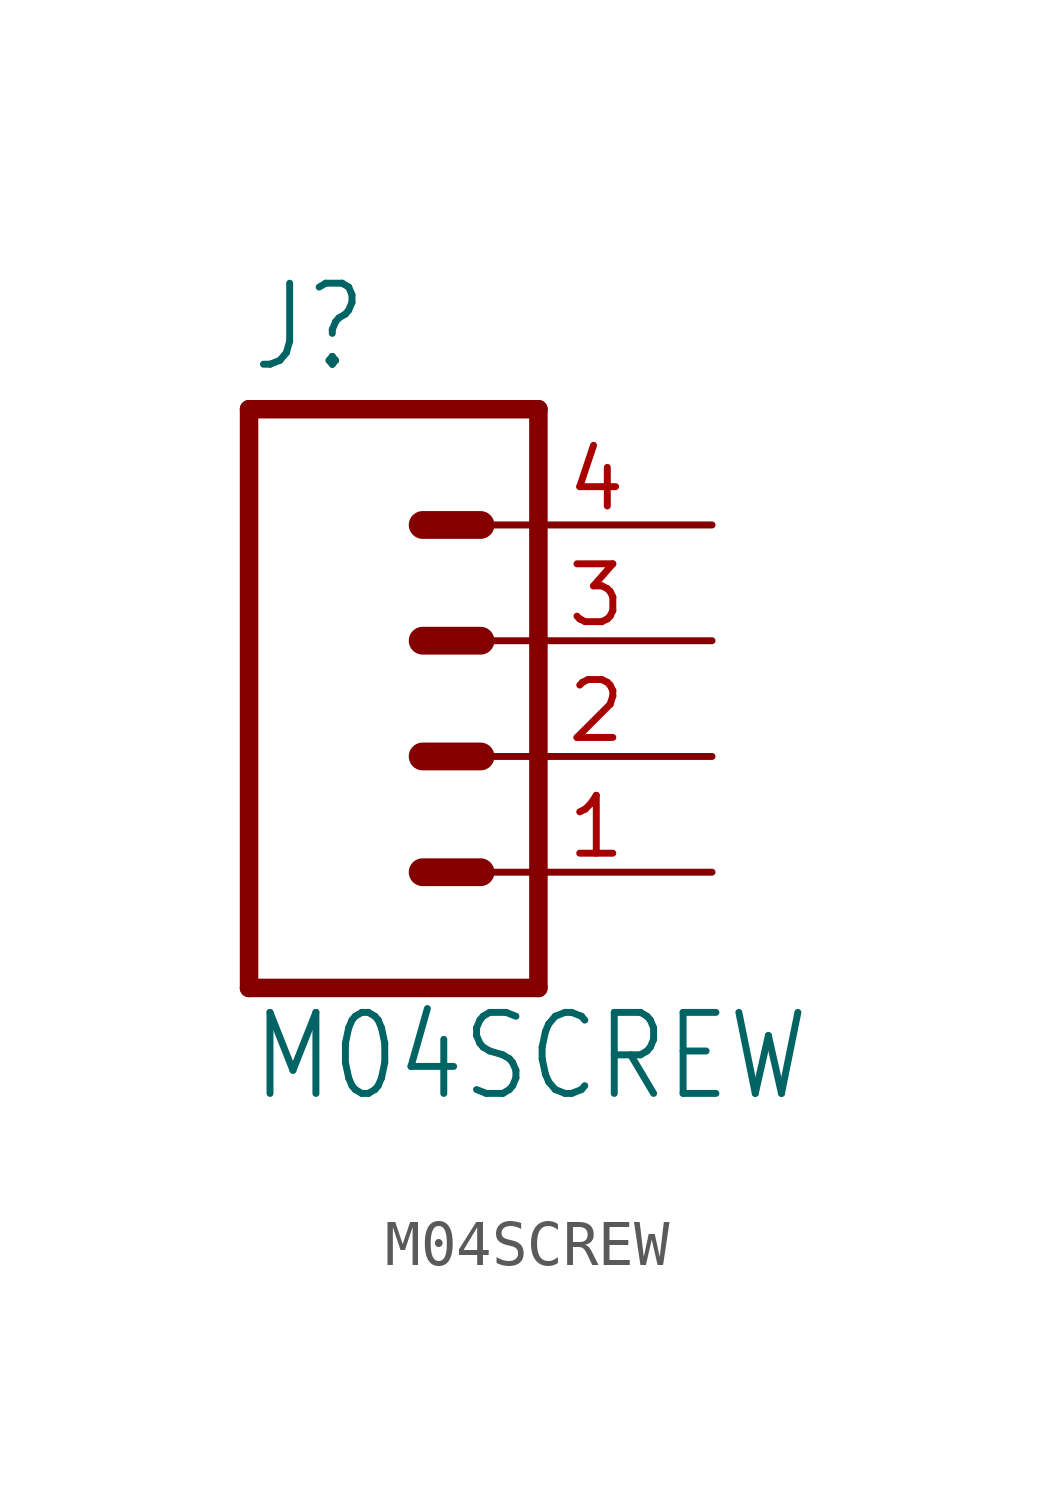
<source format=kicad_sym>
(kicad_symbol_lib
  (version 20220914)
  (generator kicad_symbol_editor)
  (symbol "M04SCREW"
    (property "Reference" "J"
      (at -5.08 8.382 0)
      (effects (font (size 1.778 1.511)) (justify left bottom)))
    (property "Value" "M04SCREW"
      (at -5.08 -7.62 0)
      (effects (font (size 1.778 1.511)) (justify left bottom)))
    (property "ki_locked" ""
      (at 0 0 0)
      (effects (font (size 1.27 1.27))))
    (symbol "M04SCREW_1_0"
      (polyline (pts (xy -5.08 7.62) (xy -5.08 -5.08)) (stroke (width 0.406) (type default)) (fill (type none)))
      (polyline (pts (xy -5.08 7.62) (xy 1.27 7.62)) (stroke (width 0.406) (type default)) (fill (type none)))
      (polyline (pts (xy -1.27 -2.54) (xy 0 -2.54)) (stroke (width 0.61) (type default)) (fill (type none)))
      (polyline (pts (xy -1.27 0) (xy 0 0)) (stroke (width 0.61) (type default)) (fill (type none)))
      (polyline (pts (xy -1.27 2.54) (xy 0 2.54)) (stroke (width 0.61) (type default)) (fill (type none)))
      (polyline (pts (xy -1.27 5.08) (xy 0 5.08)) (stroke (width 0.61) (type default)) (fill (type none)))
      (polyline (pts (xy 1.27 -5.08) (xy -5.08 -5.08)) (stroke (width 0.406) (type default)) (fill (type none)))
      (polyline (pts (xy 1.27 -5.08) (xy 1.27 7.62)) (stroke (width 0.406) (type default)) (fill (type none)))
      (pin passive line (at 5.08 -2.54 180) (length 5.08) (name "1" (effects (font (size 0 0)))) (number "1" (effects (font (size 1.27 1.27)))))
      (pin passive line (at 5.08 0 180) (length 5.08) (name "2" (effects (font (size 0 0)))) (number "2" (effects (font (size 1.27 1.27)))))
      (pin passive line (at 5.08 2.54 180) (length 5.08) (name "3" (effects (font (size 0 0)))) (number "3" (effects (font (size 1.27 1.27)))))
      (pin passive line (at 5.08 5.08 180) (length 5.08) (name "4" (effects (font (size 0 0)))) (number "4" (effects (font (size 1.27 1.27))))))))
</source>
